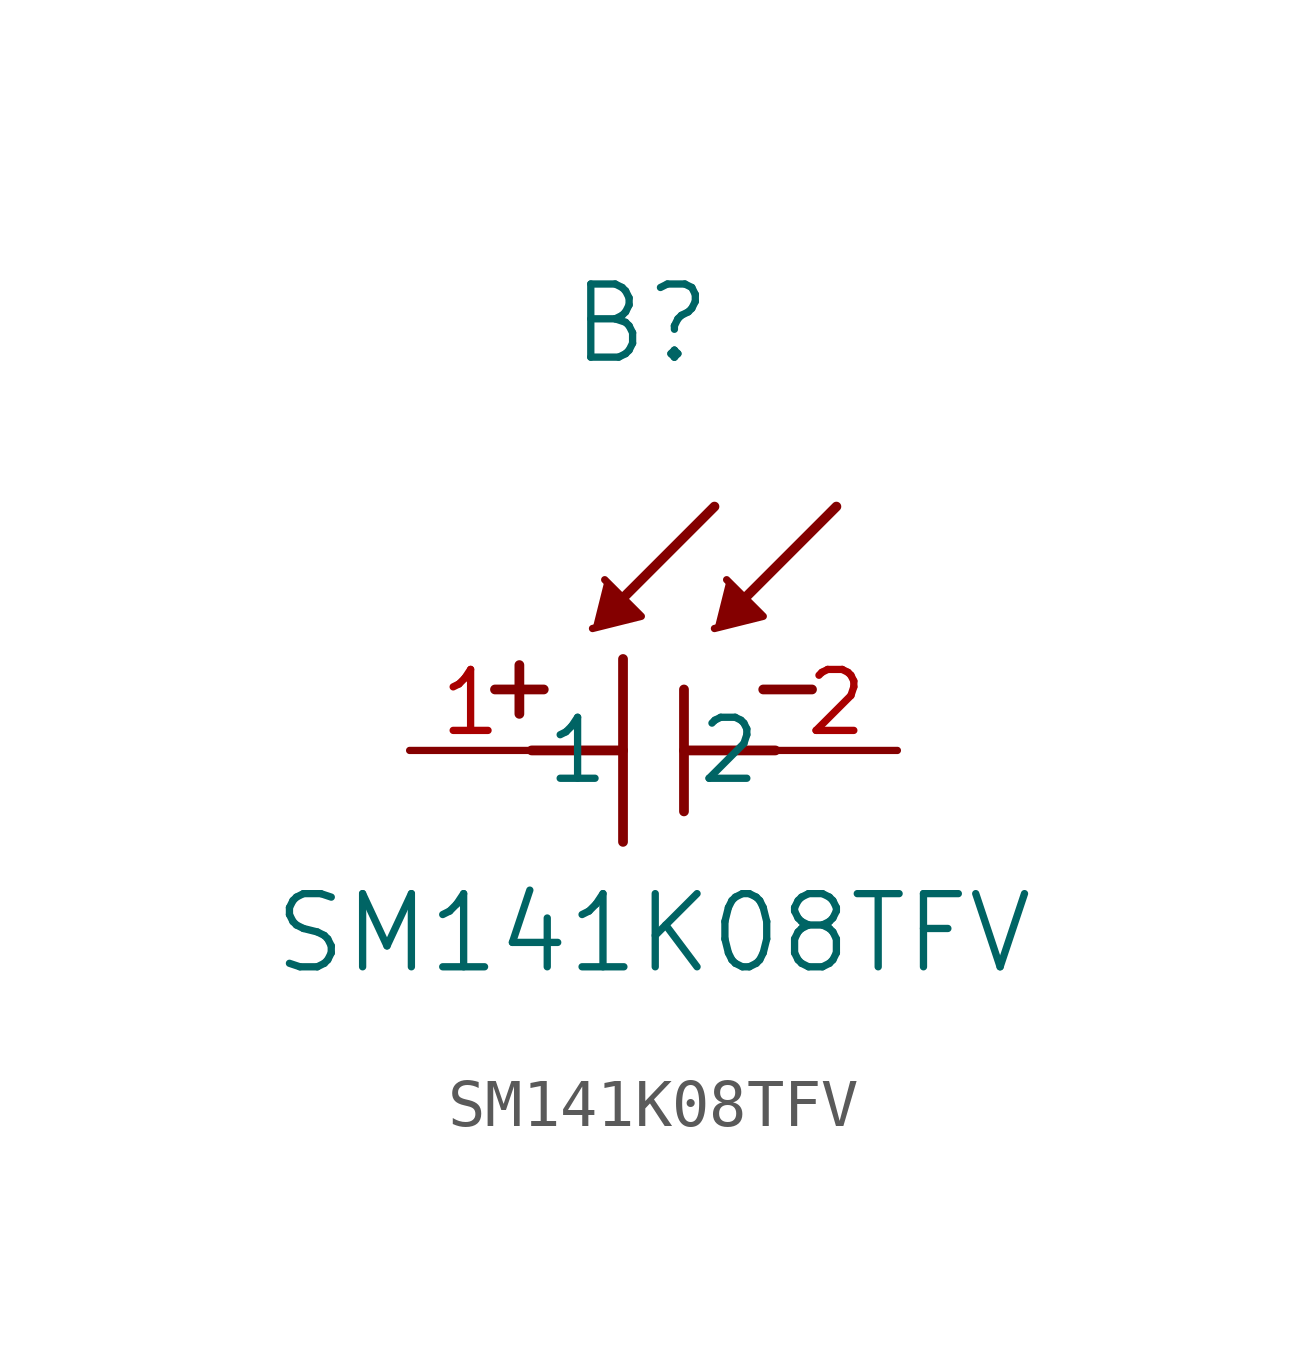
<source format=kicad_sym>
(kicad_symbol_lib
  (version 20211014)
  (generator kicad_symbol_editor)
  (symbol "SM141K08TFV"
    (pin_names
      (offset 0.254))
    (property "Reference" "B"
      (at 4.826 8.89 0)
      (effects (font (size 1.524 1.524))))
    (property "Value" "SM141K08TFV"
      (at 5.08 -3.81 0)
      (effects (font (size 1.524 1.524))))
    (symbol "SM141K08TFV_0_1"
      (polyline (pts (xy 2.286 0.762) (xy 2.286 1.778)) (stroke (width 0.203) (type default) (color 0 0 0 0)) (fill (type none)))
      (polyline (pts (xy 5.715 0) (xy 7.62 0)) (stroke (width 0.203) (type default) (color 0 0 0 0)) (fill (type none)))
      (polyline (pts (xy 1.778 1.27) (xy 2.794 1.27)) (stroke (width 0.203) (type default) (color 0 0 0 0)) (fill (type none)))
      (polyline (pts (xy 2.54 0) (xy 4.445 0)) (stroke (width 0.203) (type default) (color 0 0 0 0)) (fill (type none)))
      (polyline (pts (xy 5.715 -1.27) (xy 5.715 1.27)) (stroke (width 0.203) (type default) (color 0 0 0 0)) (fill (type none)))
      (polyline (pts (xy 4.445 1.905) (xy 4.445 -1.905)) (stroke (width 0.203) (type default) (color 0 0 0 0)) (fill (type none)))
      (polyline (pts (xy 7.366 1.27) (xy 8.382 1.27)) (stroke (width 0.203) (type default) (color 0 0 0 0)) (fill (type none)))
      (polyline (pts (xy 6.858 3.048) (xy 8.89 5.08)) (stroke (width 0.203) (type default) (color 0 0 0 0)) (fill (type none)))
      (polyline (pts (xy 6.35 2.54) (xy 7.366 2.794) (xy 6.604 3.556)) (stroke (width 0) (type default) (color 0 0 0 0)) (fill (type outline)))
      (polyline (pts (xy 4.318 3.048) (xy 6.35 5.08)) (stroke (width 0.203) (type default) (color 0 0 0 0)) (fill (type none)))
      (polyline (pts (xy 3.81 2.54) (xy 4.826 2.794) (xy 4.064 3.556)) (stroke (width 0) (type default) (color 0 0 0 0)) (fill (type outline)))
      (pin unspecified line (at 0 0 0) (length 2.54) (name "1" (effects (font (size 1.27 1.27)))) (number "1" (effects (font (size 1.27 1.27)))))
      (pin unspecified line (at 10.16 0 180) (length 2.54) (name "2" (effects (font (size 1.27 1.27)))) (number "2" (effects (font (size 1.27 1.27))))))))
</source>
